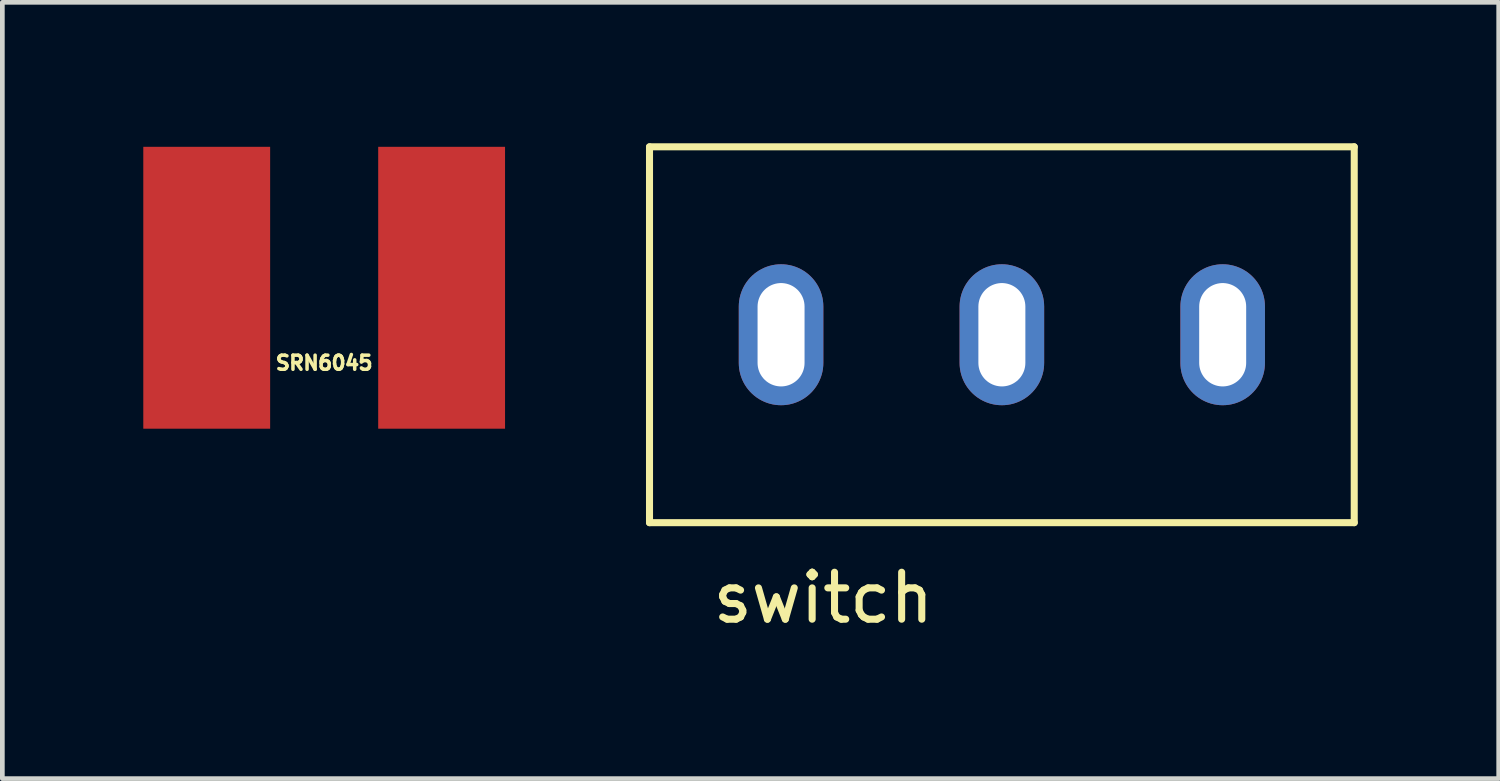
<source format=kicad_pcb>
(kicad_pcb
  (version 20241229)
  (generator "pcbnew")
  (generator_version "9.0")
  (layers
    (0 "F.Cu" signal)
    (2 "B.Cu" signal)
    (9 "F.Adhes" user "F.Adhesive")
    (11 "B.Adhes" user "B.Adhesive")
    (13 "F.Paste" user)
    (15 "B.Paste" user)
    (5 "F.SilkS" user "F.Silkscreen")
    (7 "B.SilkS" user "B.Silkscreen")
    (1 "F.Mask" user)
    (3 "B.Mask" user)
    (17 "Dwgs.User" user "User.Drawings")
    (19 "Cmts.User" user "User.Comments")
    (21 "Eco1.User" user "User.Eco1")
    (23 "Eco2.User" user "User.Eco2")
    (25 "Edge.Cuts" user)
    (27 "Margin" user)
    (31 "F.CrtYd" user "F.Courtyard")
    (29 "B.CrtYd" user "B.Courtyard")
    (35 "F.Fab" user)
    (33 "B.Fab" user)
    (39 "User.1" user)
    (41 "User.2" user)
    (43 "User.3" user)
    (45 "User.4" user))
  (footprint "switch"
    (layer "F.Cu")
    (at 18.275 4.075)
    (property "Reference" "switch" (at -3.8 5.6 0) (layer "F.SilkS") (effects (font (size 1 1) (thickness 0.15))))
    (attr through_hole)
    (fp_line (start -7.5 -4) (end 7.5 -4) (stroke (width 0.15) (type solid)) (layer "F.SilkS"))
    (fp_line (start -7.5 4) (end -7.5 -4) (stroke (width 0.15) (type solid)) (layer "F.SilkS"))
    (fp_line (start 7.5 -4) (end 7.5 4) (stroke (width 0.15) (type solid)) (layer "F.SilkS"))
    (fp_line (start 7.5 4) (end -7.5 4) (stroke (width 0.15) (type solid)) (layer "F.SilkS"))
    (pad "1" thru_hole oval (at -4.7 0) (size 1.8 3) (drill oval 1 2.2) (layers "*.Cu" "*.Mask"))
    (pad "2" thru_hole oval (at 0 0) (size 1.8 3) (drill oval 1 2.2) (layers "*.Cu" "*.Mask"))
    (pad "3" thru_hole oval (at 4.7 0) (size 1.8 3) (drill oval 1 2.2) (layers "*.Cu" "*.Mask")))
  (footprint "SRN6045"
    (layer "F.Cu")
    (at 3.85 3.075)
    (property "Reference" "SRN6045" (at 0 1.6 0) (layer "F.SilkS") (effects (font (size 0.3 0.3) (thickness 0.075))))
    (attr through_hole)
    (fp_line (start -3 -3) (end 3 -3) (stroke (width 0.15) (type solid)) (layer "Eco2.User"))
    (fp_line (start -3 3) (end -3 -3) (stroke (width 0.15) (type solid)) (layer "Eco2.User"))
    (fp_line (start 3 -3) (end 3 3) (stroke (width 0.15) (type solid)) (layer "Eco2.User"))
    (fp_line (start 3 3) (end -3 3) (stroke (width 0.15) (type solid)) (layer "Eco2.User"))
    (pad "1" smd rect (at -2.5 0) (size 2.7 6) (layers "F.Cu" "F.Mask" "F.Paste"))
    (pad "2" smd rect (at 2.5 0) (size 2.7 6) (layers "F.Cu" "F.Mask" "F.Paste")))
  (gr_rect
    (start -3 -3)
    (end 28.85 13.523)
    (stroke (width 0.1) (type default))
    (fill no)
    (layer "Edge.Cuts")))
</source>
